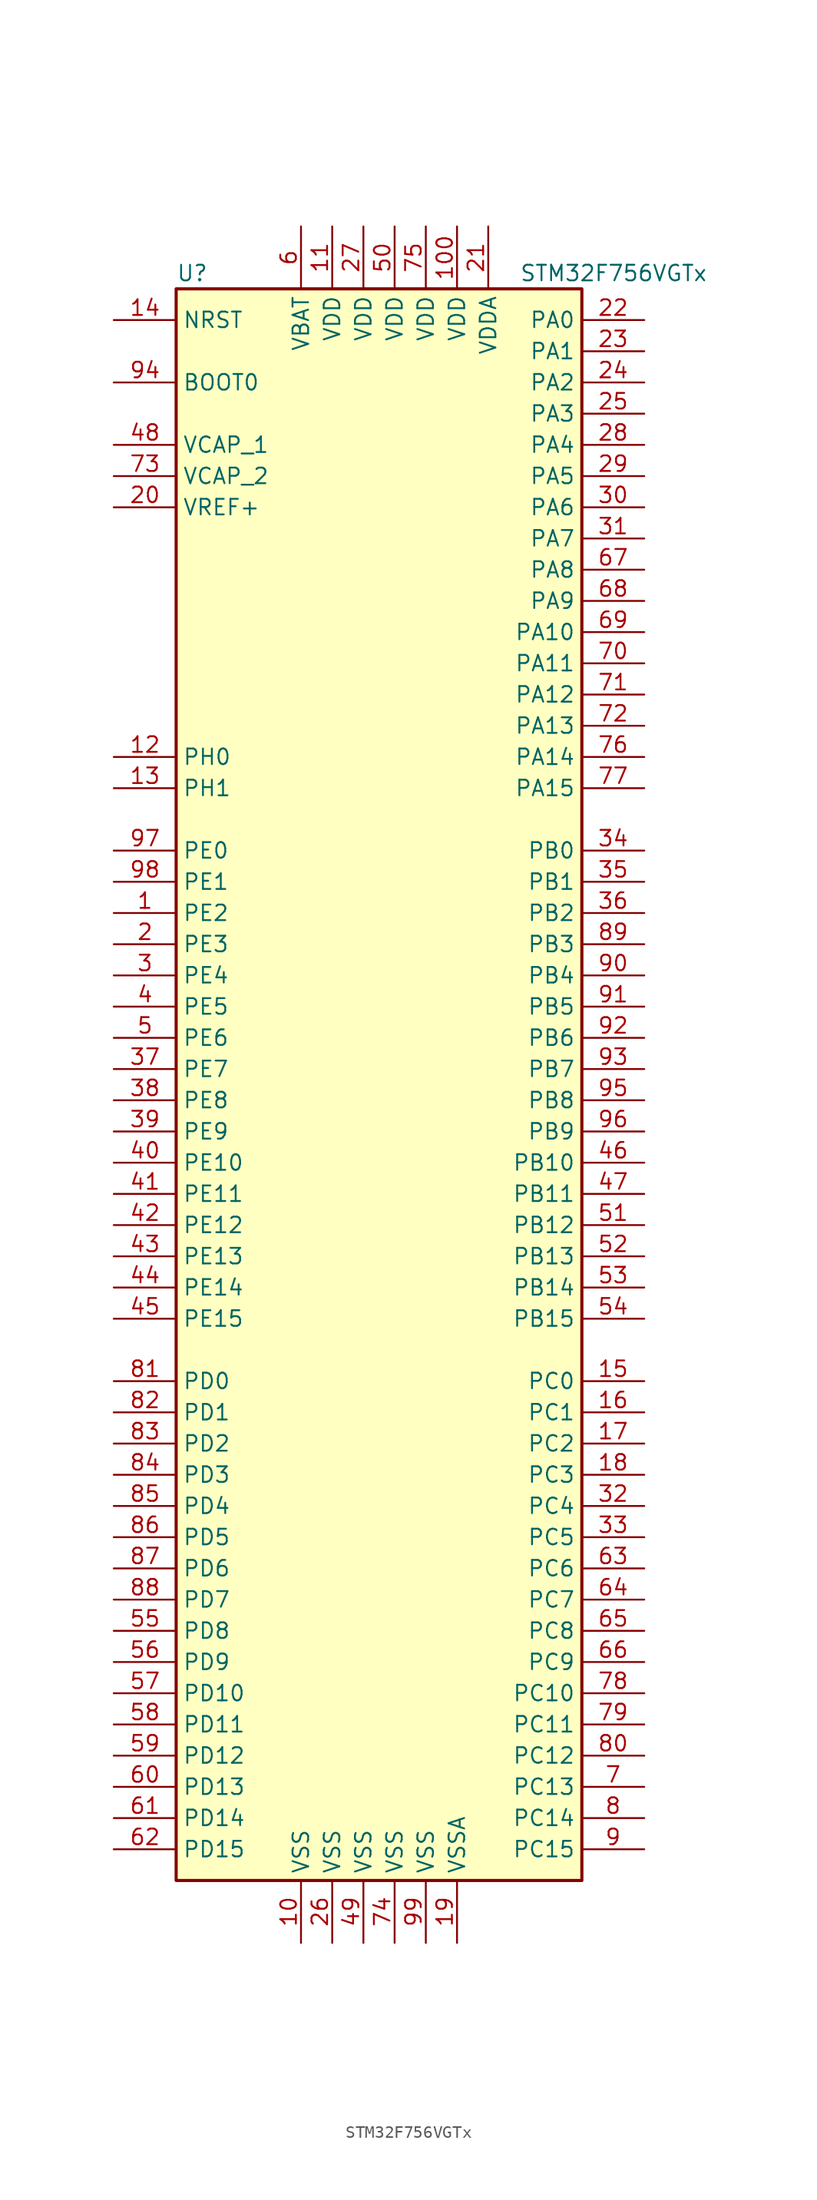
<source format=kicad_sym>
(kicad_symbol_lib
  (version 20201005)
  (generator kicad_symbol_editor)
  (symbol "STM32F756VGTx"
    (property "Reference" "U"
      (at -17.78 64.77 0)
      (effects (font (size 1.27 1.27)) (justify left)))
    (property "Value" "STM32F756VGTx"
      (at 10.16 64.77 0)
      (effects (font (size 1.27 1.27)) (justify left)))
    (symbol "STM32F756VGTx_0_1"
      (rectangle (start -17.78 -66.04) (end 15.24 63.5) (stroke (width 0.254)) (fill (type background))))
    (symbol "STM32F756VGTx_1_1"
      (pin bidirectional line (at -22.86 12.7 0) (length 5.08) (name "PE2" (effects (font (size 1.27 1.27)))) (number "1" (effects (font (size 1.27 1.27)))))
      (pin power_in line (at -7.62 -71.12 90) (length 5.08) (name "VSS" (effects (font (size 1.27 1.27)))) (number "10" (effects (font (size 1.27 1.27)))))
      (pin power_in line (at 5.08 68.58 270) (length 5.08) (name "VDD" (effects (font (size 1.27 1.27)))) (number "100" (effects (font (size 1.27 1.27)))))
      (pin power_in line (at -5.08 68.58 270) (length 5.08) (name "VDD" (effects (font (size 1.27 1.27)))) (number "11" (effects (font (size 1.27 1.27)))))
      (pin input line (at -22.86 25.4 0) (length 5.08) (name "PH0" (effects (font (size 1.27 1.27)))) (number "12" (effects (font (size 1.27 1.27)))))
      (pin input line (at -22.86 22.86 0) (length 5.08) (name "PH1" (effects (font (size 1.27 1.27)))) (number "13" (effects (font (size 1.27 1.27)))))
      (pin input line (at -22.86 60.96 0) (length 5.08) (name "NRST" (effects (font (size 1.27 1.27)))) (number "14" (effects (font (size 1.27 1.27)))))
      (pin bidirectional line (at 20.32 -25.4 180) (length 5.08) (name "PC0" (effects (font (size 1.27 1.27)))) (number "15" (effects (font (size 1.27 1.27)))))
      (pin bidirectional line (at 20.32 -27.94 180) (length 5.08) (name "PC1" (effects (font (size 1.27 1.27)))) (number "16" (effects (font (size 1.27 1.27)))))
      (pin bidirectional line (at 20.32 -30.48 180) (length 5.08) (name "PC2" (effects (font (size 1.27 1.27)))) (number "17" (effects (font (size 1.27 1.27)))))
      (pin bidirectional line (at 20.32 -33.02 180) (length 5.08) (name "PC3" (effects (font (size 1.27 1.27)))) (number "18" (effects (font (size 1.27 1.27)))))
      (pin power_in line (at 5.08 -71.12 90) (length 5.08) (name "VSSA" (effects (font (size 1.27 1.27)))) (number "19" (effects (font (size 1.27 1.27)))))
      (pin bidirectional line (at -22.86 10.16 0) (length 5.08) (name "PE3" (effects (font (size 1.27 1.27)))) (number "2" (effects (font (size 1.27 1.27)))))
      (pin power_in line (at -22.86 45.72 0) (length 5.08) (name "VREF+" (effects (font (size 1.27 1.27)))) (number "20" (effects (font (size 1.27 1.27)))))
      (pin power_in line (at 7.62 68.58 270) (length 5.08) (name "VDDA" (effects (font (size 1.27 1.27)))) (number "21" (effects (font (size 1.27 1.27)))))
      (pin bidirectional line (at 20.32 60.96 180) (length 5.08) (name "PA0" (effects (font (size 1.27 1.27)))) (number "22" (effects (font (size 1.27 1.27)))))
      (pin bidirectional line (at 20.32 58.42 180) (length 5.08) (name "PA1" (effects (font (size 1.27 1.27)))) (number "23" (effects (font (size 1.27 1.27)))))
      (pin bidirectional line (at 20.32 55.88 180) (length 5.08) (name "PA2" (effects (font (size 1.27 1.27)))) (number "24" (effects (font (size 1.27 1.27)))))
      (pin bidirectional line (at 20.32 53.34 180) (length 5.08) (name "PA3" (effects (font (size 1.27 1.27)))) (number "25" (effects (font (size 1.27 1.27)))))
      (pin power_in line (at -5.08 -71.12 90) (length 5.08) (name "VSS" (effects (font (size 1.27 1.27)))) (number "26" (effects (font (size 1.27 1.27)))))
      (pin power_in line (at -2.54 68.58 270) (length 5.08) (name "VDD" (effects (font (size 1.27 1.27)))) (number "27" (effects (font (size 1.27 1.27)))))
      (pin bidirectional line (at 20.32 50.8 180) (length 5.08) (name "PA4" (effects (font (size 1.27 1.27)))) (number "28" (effects (font (size 1.27 1.27)))))
      (pin bidirectional line (at 20.32 48.26 180) (length 5.08) (name "PA5" (effects (font (size 1.27 1.27)))) (number "29" (effects (font (size 1.27 1.27)))))
      (pin bidirectional line (at -22.86 7.62 0) (length 5.08) (name "PE4" (effects (font (size 1.27 1.27)))) (number "3" (effects (font (size 1.27 1.27)))))
      (pin bidirectional line (at 20.32 45.72 180) (length 5.08) (name "PA6" (effects (font (size 1.27 1.27)))) (number "30" (effects (font (size 1.27 1.27)))))
      (pin bidirectional line (at 20.32 43.18 180) (length 5.08) (name "PA7" (effects (font (size 1.27 1.27)))) (number "31" (effects (font (size 1.27 1.27)))))
      (pin bidirectional line (at 20.32 -35.56 180) (length 5.08) (name "PC4" (effects (font (size 1.27 1.27)))) (number "32" (effects (font (size 1.27 1.27)))))
      (pin bidirectional line (at 20.32 -38.1 180) (length 5.08) (name "PC5" (effects (font (size 1.27 1.27)))) (number "33" (effects (font (size 1.27 1.27)))))
      (pin bidirectional line (at 20.32 17.78 180) (length 5.08) (name "PB0" (effects (font (size 1.27 1.27)))) (number "34" (effects (font (size 1.27 1.27)))))
      (pin bidirectional line (at 20.32 15.24 180) (length 5.08) (name "PB1" (effects (font (size 1.27 1.27)))) (number "35" (effects (font (size 1.27 1.27)))))
      (pin bidirectional line (at 20.32 12.7 180) (length 5.08) (name "PB2" (effects (font (size 1.27 1.27)))) (number "36" (effects (font (size 1.27 1.27)))))
      (pin bidirectional line (at -22.86 0 0) (length 5.08) (name "PE7" (effects (font (size 1.27 1.27)))) (number "37" (effects (font (size 1.27 1.27)))))
      (pin bidirectional line (at -22.86 -2.54 0) (length 5.08) (name "PE8" (effects (font (size 1.27 1.27)))) (number "38" (effects (font (size 1.27 1.27)))))
      (pin bidirectional line (at -22.86 -5.08 0) (length 5.08) (name "PE9" (effects (font (size 1.27 1.27)))) (number "39" (effects (font (size 1.27 1.27)))))
      (pin bidirectional line (at -22.86 5.08 0) (length 5.08) (name "PE5" (effects (font (size 1.27 1.27)))) (number "4" (effects (font (size 1.27 1.27)))))
      (pin bidirectional line (at -22.86 -7.62 0) (length 5.08) (name "PE10" (effects (font (size 1.27 1.27)))) (number "40" (effects (font (size 1.27 1.27)))))
      (pin bidirectional line (at -22.86 -10.16 0) (length 5.08) (name "PE11" (effects (font (size 1.27 1.27)))) (number "41" (effects (font (size 1.27 1.27)))))
      (pin bidirectional line (at -22.86 -12.7 0) (length 5.08) (name "PE12" (effects (font (size 1.27 1.27)))) (number "42" (effects (font (size 1.27 1.27)))))
      (pin bidirectional line (at -22.86 -15.24 0) (length 5.08) (name "PE13" (effects (font (size 1.27 1.27)))) (number "43" (effects (font (size 1.27 1.27)))))
      (pin bidirectional line (at -22.86 -17.78 0) (length 5.08) (name "PE14" (effects (font (size 1.27 1.27)))) (number "44" (effects (font (size 1.27 1.27)))))
      (pin bidirectional line (at -22.86 -20.32 0) (length 5.08) (name "PE15" (effects (font (size 1.27 1.27)))) (number "45" (effects (font (size 1.27 1.27)))))
      (pin bidirectional line (at 20.32 -7.62 180) (length 5.08) (name "PB10" (effects (font (size 1.27 1.27)))) (number "46" (effects (font (size 1.27 1.27)))))
      (pin bidirectional line (at 20.32 -10.16 180) (length 5.08) (name "PB11" (effects (font (size 1.27 1.27)))) (number "47" (effects (font (size 1.27 1.27)))))
      (pin power_in line (at -22.86 50.8 0) (length 5.08) (name "VCAP_1" (effects (font (size 1.27 1.27)))) (number "48" (effects (font (size 1.27 1.27)))))
      (pin power_in line (at -2.54 -71.12 90) (length 5.08) (name "VSS" (effects (font (size 1.27 1.27)))) (number "49" (effects (font (size 1.27 1.27)))))
      (pin bidirectional line (at -22.86 2.54 0) (length 5.08) (name "PE6" (effects (font (size 1.27 1.27)))) (number "5" (effects (font (size 1.27 1.27)))))
      (pin power_in line (at 0 68.58 270) (length 5.08) (name "VDD" (effects (font (size 1.27 1.27)))) (number "50" (effects (font (size 1.27 1.27)))))
      (pin bidirectional line (at 20.32 -12.7 180) (length 5.08) (name "PB12" (effects (font (size 1.27 1.27)))) (number "51" (effects (font (size 1.27 1.27)))))
      (pin bidirectional line (at 20.32 -15.24 180) (length 5.08) (name "PB13" (effects (font (size 1.27 1.27)))) (number "52" (effects (font (size 1.27 1.27)))))
      (pin bidirectional line (at 20.32 -17.78 180) (length 5.08) (name "PB14" (effects (font (size 1.27 1.27)))) (number "53" (effects (font (size 1.27 1.27)))))
      (pin bidirectional line (at 20.32 -20.32 180) (length 5.08) (name "PB15" (effects (font (size 1.27 1.27)))) (number "54" (effects (font (size 1.27 1.27)))))
      (pin bidirectional line (at -22.86 -45.72 0) (length 5.08) (name "PD8" (effects (font (size 1.27 1.27)))) (number "55" (effects (font (size 1.27 1.27)))))
      (pin bidirectional line (at -22.86 -48.26 0) (length 5.08) (name "PD9" (effects (font (size 1.27 1.27)))) (number "56" (effects (font (size 1.27 1.27)))))
      (pin bidirectional line (at -22.86 -50.8 0) (length 5.08) (name "PD10" (effects (font (size 1.27 1.27)))) (number "57" (effects (font (size 1.27 1.27)))))
      (pin bidirectional line (at -22.86 -53.34 0) (length 5.08) (name "PD11" (effects (font (size 1.27 1.27)))) (number "58" (effects (font (size 1.27 1.27)))))
      (pin bidirectional line (at -22.86 -55.88 0) (length 5.08) (name "PD12" (effects (font (size 1.27 1.27)))) (number "59" (effects (font (size 1.27 1.27)))))
      (pin power_in line (at -7.62 68.58 270) (length 5.08) (name "VBAT" (effects (font (size 1.27 1.27)))) (number "6" (effects (font (size 1.27 1.27)))))
      (pin bidirectional line (at -22.86 -58.42 0) (length 5.08) (name "PD13" (effects (font (size 1.27 1.27)))) (number "60" (effects (font (size 1.27 1.27)))))
      (pin bidirectional line (at -22.86 -60.96 0) (length 5.08) (name "PD14" (effects (font (size 1.27 1.27)))) (number "61" (effects (font (size 1.27 1.27)))))
      (pin bidirectional line (at -22.86 -63.5 0) (length 5.08) (name "PD15" (effects (font (size 1.27 1.27)))) (number "62" (effects (font (size 1.27 1.27)))))
      (pin bidirectional line (at 20.32 -40.64 180) (length 5.08) (name "PC6" (effects (font (size 1.27 1.27)))) (number "63" (effects (font (size 1.27 1.27)))))
      (pin bidirectional line (at 20.32 -43.18 180) (length 5.08) (name "PC7" (effects (font (size 1.27 1.27)))) (number "64" (effects (font (size 1.27 1.27)))))
      (pin bidirectional line (at 20.32 -45.72 180) (length 5.08) (name "PC8" (effects (font (size 1.27 1.27)))) (number "65" (effects (font (size 1.27 1.27)))))
      (pin bidirectional line (at 20.32 -48.26 180) (length 5.08) (name "PC9" (effects (font (size 1.27 1.27)))) (number "66" (effects (font (size 1.27 1.27)))))
      (pin bidirectional line (at 20.32 40.64 180) (length 5.08) (name "PA8" (effects (font (size 1.27 1.27)))) (number "67" (effects (font (size 1.27 1.27)))))
      (pin bidirectional line (at 20.32 38.1 180) (length 5.08) (name "PA9" (effects (font (size 1.27 1.27)))) (number "68" (effects (font (size 1.27 1.27)))))
      (pin bidirectional line (at 20.32 35.56 180) (length 5.08) (name "PA10" (effects (font (size 1.27 1.27)))) (number "69" (effects (font (size 1.27 1.27)))))
      (pin bidirectional line (at 20.32 -58.42 180) (length 5.08) (name "PC13" (effects (font (size 1.27 1.27)))) (number "7" (effects (font (size 1.27 1.27)))))
      (pin bidirectional line (at 20.32 33.02 180) (length 5.08) (name "PA11" (effects (font (size 1.27 1.27)))) (number "70" (effects (font (size 1.27 1.27)))))
      (pin bidirectional line (at 20.32 30.48 180) (length 5.08) (name "PA12" (effects (font (size 1.27 1.27)))) (number "71" (effects (font (size 1.27 1.27)))))
      (pin bidirectional line (at 20.32 27.94 180) (length 5.08) (name "PA13" (effects (font (size 1.27 1.27)))) (number "72" (effects (font (size 1.27 1.27)))))
      (pin power_in line (at -22.86 48.26 0) (length 5.08) (name "VCAP_2" (effects (font (size 1.27 1.27)))) (number "73" (effects (font (size 1.27 1.27)))))
      (pin power_in line (at 0 -71.12 90) (length 5.08) (name "VSS" (effects (font (size 1.27 1.27)))) (number "74" (effects (font (size 1.27 1.27)))))
      (pin power_in line (at 2.54 68.58 270) (length 5.08) (name "VDD" (effects (font (size 1.27 1.27)))) (number "75" (effects (font (size 1.27 1.27)))))
      (pin bidirectional line (at 20.32 25.4 180) (length 5.08) (name "PA14" (effects (font (size 1.27 1.27)))) (number "76" (effects (font (size 1.27 1.27)))))
      (pin bidirectional line (at 20.32 22.86 180) (length 5.08) (name "PA15" (effects (font (size 1.27 1.27)))) (number "77" (effects (font (size 1.27 1.27)))))
      (pin bidirectional line (at 20.32 -50.8 180) (length 5.08) (name "PC10" (effects (font (size 1.27 1.27)))) (number "78" (effects (font (size 1.27 1.27)))))
      (pin bidirectional line (at 20.32 -53.34 180) (length 5.08) (name "PC11" (effects (font (size 1.27 1.27)))) (number "79" (effects (font (size 1.27 1.27)))))
      (pin bidirectional line (at 20.32 -60.96 180) (length 5.08) (name "PC14" (effects (font (size 1.27 1.27)))) (number "8" (effects (font (size 1.27 1.27)))))
      (pin bidirectional line (at 20.32 -55.88 180) (length 5.08) (name "PC12" (effects (font (size 1.27 1.27)))) (number "80" (effects (font (size 1.27 1.27)))))
      (pin bidirectional line (at -22.86 -25.4 0) (length 5.08) (name "PD0" (effects (font (size 1.27 1.27)))) (number "81" (effects (font (size 1.27 1.27)))))
      (pin bidirectional line (at -22.86 -27.94 0) (length 5.08) (name "PD1" (effects (font (size 1.27 1.27)))) (number "82" (effects (font (size 1.27 1.27)))))
      (pin bidirectional line (at -22.86 -30.48 0) (length 5.08) (name "PD2" (effects (font (size 1.27 1.27)))) (number "83" (effects (font (size 1.27 1.27)))))
      (pin bidirectional line (at -22.86 -33.02 0) (length 5.08) (name "PD3" (effects (font (size 1.27 1.27)))) (number "84" (effects (font (size 1.27 1.27)))))
      (pin bidirectional line (at -22.86 -35.56 0) (length 5.08) (name "PD4" (effects (font (size 1.27 1.27)))) (number "85" (effects (font (size 1.27 1.27)))))
      (pin bidirectional line (at -22.86 -38.1 0) (length 5.08) (name "PD5" (effects (font (size 1.27 1.27)))) (number "86" (effects (font (size 1.27 1.27)))))
      (pin bidirectional line (at -22.86 -40.64 0) (length 5.08) (name "PD6" (effects (font (size 1.27 1.27)))) (number "87" (effects (font (size 1.27 1.27)))))
      (pin bidirectional line (at -22.86 -43.18 0) (length 5.08) (name "PD7" (effects (font (size 1.27 1.27)))) (number "88" (effects (font (size 1.27 1.27)))))
      (pin bidirectional line (at 20.32 10.16 180) (length 5.08) (name "PB3" (effects (font (size 1.27 1.27)))) (number "89" (effects (font (size 1.27 1.27)))))
      (pin bidirectional line (at 20.32 -63.5 180) (length 5.08) (name "PC15" (effects (font (size 1.27 1.27)))) (number "9" (effects (font (size 1.27 1.27)))))
      (pin bidirectional line (at 20.32 7.62 180) (length 5.08) (name "PB4" (effects (font (size 1.27 1.27)))) (number "90" (effects (font (size 1.27 1.27)))))
      (pin bidirectional line (at 20.32 5.08 180) (length 5.08) (name "PB5" (effects (font (size 1.27 1.27)))) (number "91" (effects (font (size 1.27 1.27)))))
      (pin bidirectional line (at 20.32 2.54 180) (length 5.08) (name "PB6" (effects (font (size 1.27 1.27)))) (number "92" (effects (font (size 1.27 1.27)))))
      (pin bidirectional line (at 20.32 0 180) (length 5.08) (name "PB7" (effects (font (size 1.27 1.27)))) (number "93" (effects (font (size 1.27 1.27)))))
      (pin input line (at -22.86 55.88 0) (length 5.08) (name "BOOT0" (effects (font (size 1.27 1.27)))) (number "94" (effects (font (size 1.27 1.27)))))
      (pin bidirectional line (at 20.32 -2.54 180) (length 5.08) (name "PB8" (effects (font (size 1.27 1.27)))) (number "95" (effects (font (size 1.27 1.27)))))
      (pin bidirectional line (at 20.32 -5.08 180) (length 5.08) (name "PB9" (effects (font (size 1.27 1.27)))) (number "96" (effects (font (size 1.27 1.27)))))
      (pin bidirectional line (at -22.86 17.78 0) (length 5.08) (name "PE0" (effects (font (size 1.27 1.27)))) (number "97" (effects (font (size 1.27 1.27)))))
      (pin bidirectional line (at -22.86 15.24 0) (length 5.08) (name "PE1" (effects (font (size 1.27 1.27)))) (number "98" (effects (font (size 1.27 1.27)))))
      (pin power_in line (at 2.54 -71.12 90) (length 5.08) (name "VSS" (effects (font (size 1.27 1.27)))) (number "99" (effects (font (size 1.27 1.27))))))))
</source>
